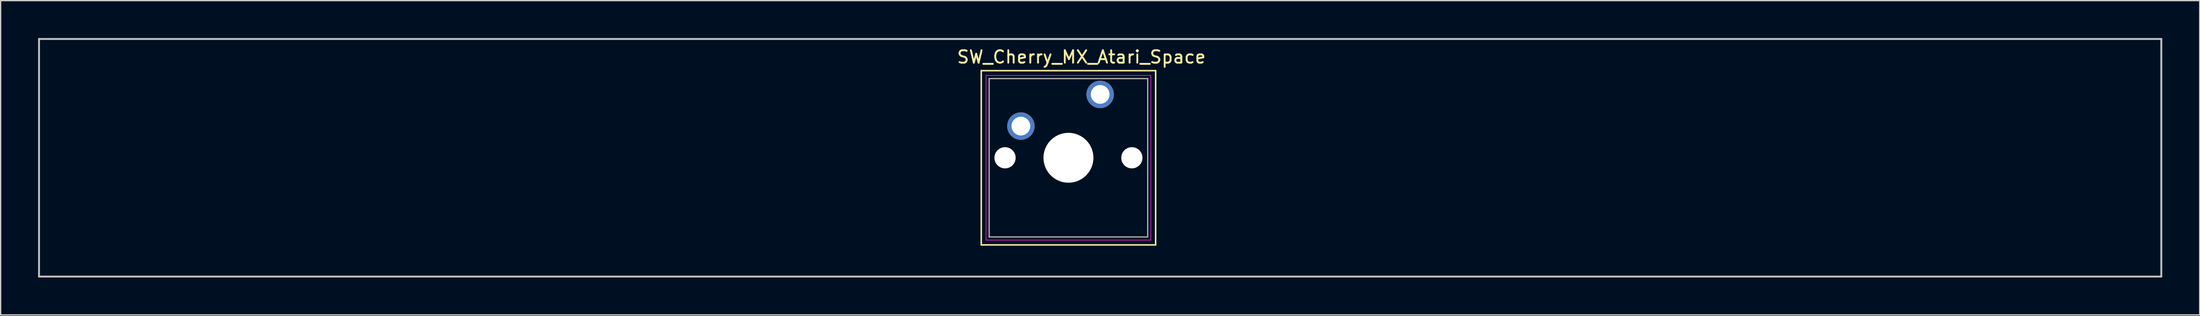
<source format=kicad_pcb>
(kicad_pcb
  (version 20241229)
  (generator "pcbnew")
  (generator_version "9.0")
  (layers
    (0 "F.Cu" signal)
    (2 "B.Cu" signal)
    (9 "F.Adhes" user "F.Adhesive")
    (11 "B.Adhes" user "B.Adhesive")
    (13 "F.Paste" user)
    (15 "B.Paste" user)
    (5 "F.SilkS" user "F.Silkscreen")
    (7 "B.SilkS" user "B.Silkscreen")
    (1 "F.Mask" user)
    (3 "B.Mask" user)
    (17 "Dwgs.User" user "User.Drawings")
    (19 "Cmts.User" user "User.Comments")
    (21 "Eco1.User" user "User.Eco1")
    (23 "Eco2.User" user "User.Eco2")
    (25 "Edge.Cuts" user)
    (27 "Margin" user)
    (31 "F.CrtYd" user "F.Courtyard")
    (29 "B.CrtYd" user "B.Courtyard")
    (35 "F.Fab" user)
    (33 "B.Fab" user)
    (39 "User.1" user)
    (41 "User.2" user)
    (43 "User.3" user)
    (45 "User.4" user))
  (footprint "SW_Cherry_MX_Atari_Space"
    (layer "F.Cu")
    (at 85.075 4.52)
    (property "Reference" "SW_Cherry_MX_Atari_Space" (at -1.5 -3 0) (layer "F.SilkS") (effects (font (size 1 1) (thickness 0.15))))
    (attr through_hole)
    (fp_line (start -9.525 -1.905) (end 4.445 -1.905) (stroke (width 0.12) (type solid)) (layer "F.SilkS"))
    (fp_line (start -9.525 12.065) (end -9.525 -1.905) (stroke (width 0.12) (type solid)) (layer "F.SilkS"))
    (fp_line (start 4.445 -1.905) (end 4.445 12.065) (stroke (width 0.12) (type solid)) (layer "F.SilkS"))
    (fp_line (start 4.445 12.065) (end -9.525 12.065) (stroke (width 0.12) (type solid)) (layer "F.SilkS"))
    (fp_line (start -85 -4.445) (end 85 -4.445) (stroke (width 0.15) (type solid)) (layer "Dwgs.User"))
    (fp_line (start -85 14.605) (end -85 -4.445) (stroke (width 0.15) (type solid)) (layer "Dwgs.User"))
    (fp_line (start -85 14.605) (end 85 14.605) (stroke (width 0.15) (type solid)) (layer "Dwgs.User"))
    (fp_line (start 85 -4.445) (end 85 14.605) (stroke (width 0.15) (type solid)) (layer "Dwgs.User"))
    (fp_line (start -9.14 -1.52) (end 4.06 -1.52) (stroke (width 0.05) (type solid)) (layer "F.CrtYd"))
    (fp_line (start -9.14 11.68) (end -9.14 -1.52) (stroke (width 0.05) (type solid)) (layer "F.CrtYd"))
    (fp_line (start 4.06 -1.52) (end 4.06 11.68) (stroke (width 0.05) (type solid)) (layer "F.CrtYd"))
    (fp_line (start 4.06 11.68) (end -9.14 11.68) (stroke (width 0.05) (type solid)) (layer "F.CrtYd"))
    (fp_line (start -8.89 -1.27) (end 3.81 -1.27) (stroke (width 0.1) (type solid)) (layer "F.Fab"))
    (fp_line (start -8.89 11.43) (end -8.89 -1.27) (stroke (width 0.1) (type solid)) (layer "F.Fab"))
    (fp_line (start 3.81 -1.27) (end 3.81 11.43) (stroke (width 0.1) (type solid)) (layer "F.Fab"))
    (fp_line (start 3.81 11.43) (end -8.89 11.43) (stroke (width 0.1) (type solid)) (layer "F.Fab"))
    (pad "" np_thru_hole circle (at -7.62 5.08) (size 1.7 1.7) (drill 1.7) (layers "*.Cu" "*.Mask"))
    (pad "" np_thru_hole circle (at -2.54 5.08) (size 4 4) (drill 4) (layers "*.Cu" "*.Mask"))
    (pad "" np_thru_hole circle (at 2.54 5.08) (size 1.7 1.7) (drill 1.7) (layers "*.Cu" "*.Mask"))
    (pad "1" thru_hole circle (at 0 0) (size 2.2 2.2) (drill 1.5) (layers "*.Cu" "*.Mask"))
    (pad "2" thru_hole circle (at -6.35 2.54) (size 2.2 2.2) (drill 1.5) (layers "*.Cu" "*.Mask")))
  (gr_rect
    (start -3 -3)
    (end 173.15 22.2)
    (stroke (width 0.1) (type default))
    (fill no)
    (layer "Edge.Cuts")))
</source>
